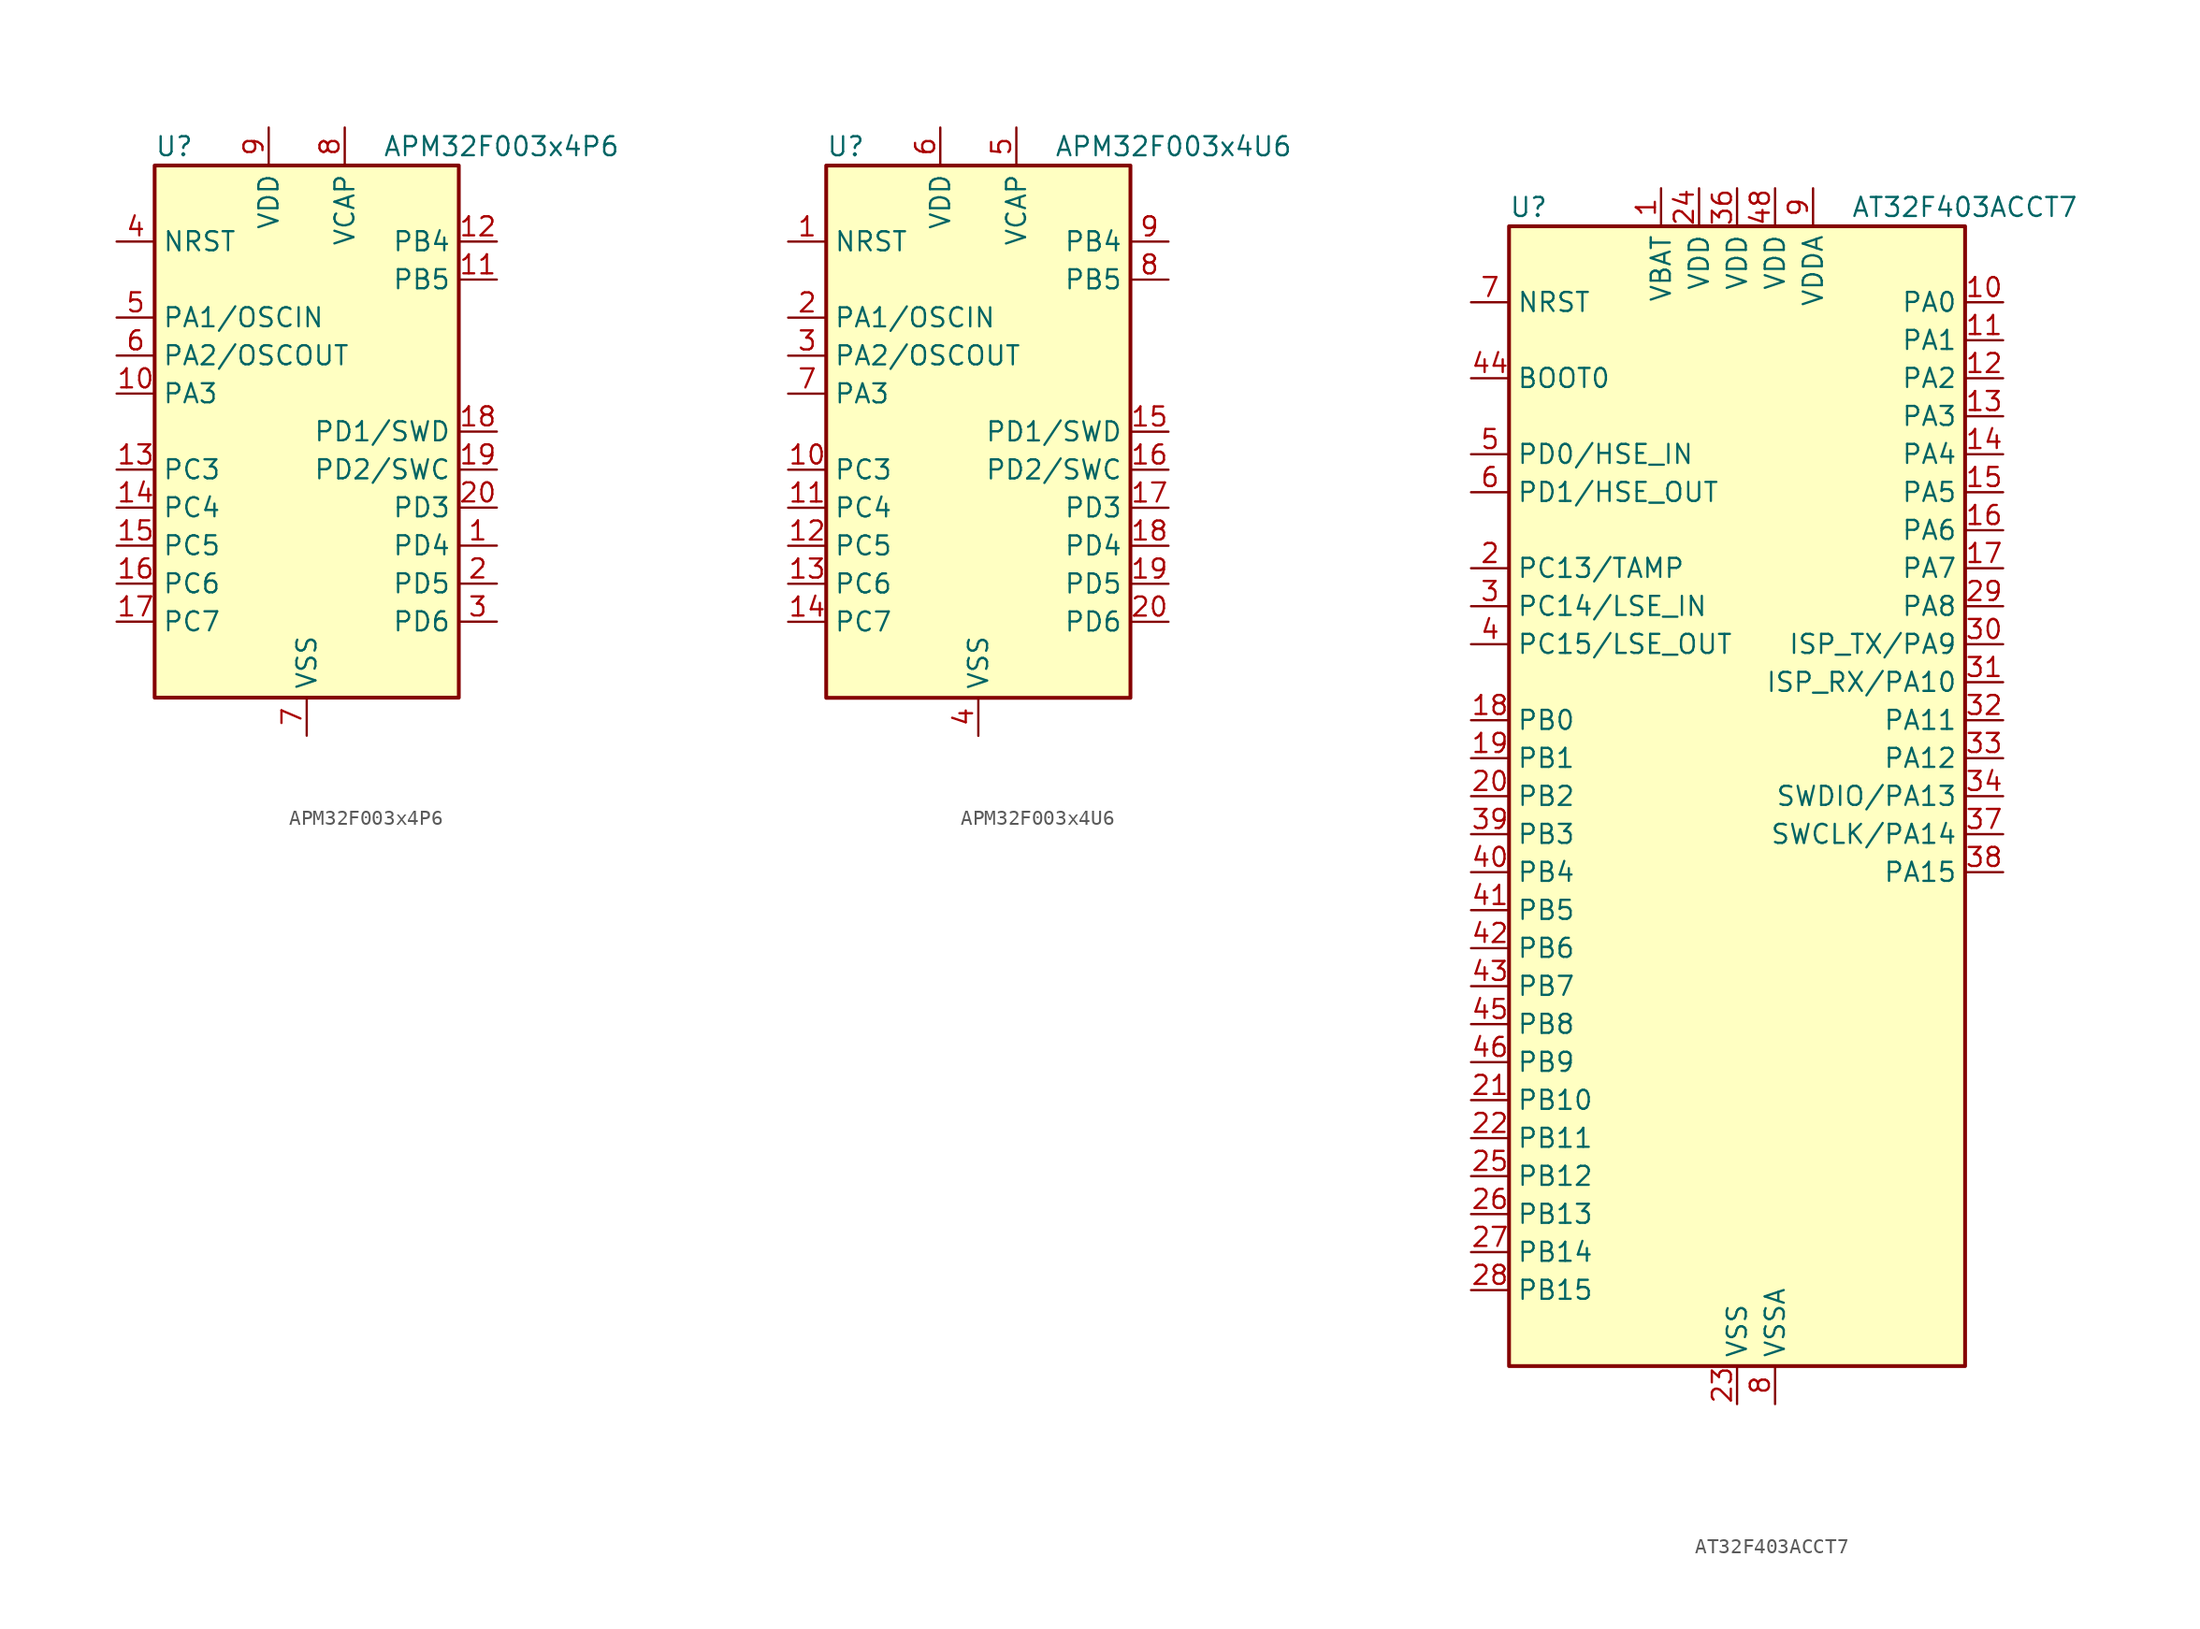
<source format=kicad_sym>
(kicad_symbol_lib
  (version 20241209)
  (generator "kicad_symbol_editor")
  (generator_version "9.0")
  (symbol "APM32F003x4P6"
    (property "Reference" "U"
      (at -10.16 19.05 0)
      (effects (font (size 1.27 1.27)) (justify left)))
    (property "Value" "APM32F003x4P6"
      (at 5.08 19.05 0)
      (effects (font (size 1.27 1.27)) (justify left)))
    (symbol "APM32F003x4P6_0_1"
      (rectangle (start -10.16 17.78) (end 10.16 -17.78) (stroke (width 0.254) (type default)) (fill (type background))))
    (symbol "APM32F003x4P6_1_1"
      (pin input line (at -12.7 12.7 0) (length 2.54) (name "NRST" (effects (font (size 1.27 1.27)))) (number "4" (effects (font (size 1.27 1.27)))))
      (pin bidirectional line (at -12.7 7.62 0) (length 2.54) (name "PA1/OSCIN" (effects (font (size 1.27 1.27)))) (number "5" (effects (font (size 1.27 1.27)))))
      (pin bidirectional line (at -12.7 5.08 0) (length 2.54) (name "PA2/OSCOUT" (effects (font (size 1.27 1.27)))) (number "6" (effects (font (size 1.27 1.27)))))
      (pin bidirectional line (at -12.7 2.54 0) (length 2.54) (name "PA3" (effects (font (size 1.27 1.27)))) (number "10" (effects (font (size 1.27 1.27)))))
      (pin bidirectional line (at -12.7 -2.54 0) (length 2.54) (name "PC3" (effects (font (size 1.27 1.27)))) (number "13" (effects (font (size 1.27 1.27)))))
      (pin bidirectional line (at -12.7 -5.08 0) (length 2.54) (name "PC4" (effects (font (size 1.27 1.27)))) (number "14" (effects (font (size 1.27 1.27)))))
      (pin bidirectional line (at -12.7 -7.62 0) (length 2.54) (name "PC5" (effects (font (size 1.27 1.27)))) (number "15" (effects (font (size 1.27 1.27)))))
      (pin bidirectional line (at -12.7 -10.16 0) (length 2.54) (name "PC6" (effects (font (size 1.27 1.27)))) (number "16" (effects (font (size 1.27 1.27)))))
      (pin bidirectional line (at -12.7 -12.7 0) (length 2.54) (name "PC7" (effects (font (size 1.27 1.27)))) (number "17" (effects (font (size 1.27 1.27)))))
      (pin power_in line (at -2.54 20.32 270) (length 2.54) (name "VDD" (effects (font (size 1.27 1.27)))) (number "9" (effects (font (size 1.27 1.27)))))
      (pin power_in line (at 0 -20.32 90) (length 2.54) (name "VSS" (effects (font (size 1.27 1.27)))) (number "7" (effects (font (size 1.27 1.27)))))
      (pin bidirectional line (at 2.54 20.32 270) (length 2.54) (name "VCAP" (effects (font (size 1.27 1.27)))) (number "8" (effects (font (size 1.27 1.27)))))
      (pin bidirectional line (at 12.7 12.7 180) (length 2.54) (name "PB4" (effects (font (size 1.27 1.27)))) (number "12" (effects (font (size 1.27 1.27)))))
      (pin bidirectional line (at 12.7 10.16 180) (length 2.54) (name "PB5" (effects (font (size 1.27 1.27)))) (number "11" (effects (font (size 1.27 1.27)))))
      (pin bidirectional line (at 12.7 0 180) (length 2.54) (name "PD1/SWD" (effects (font (size 1.27 1.27)))) (number "18" (effects (font (size 1.27 1.27)))))
      (pin bidirectional line (at 12.7 -2.54 180) (length 2.54) (name "PD2/SWC" (effects (font (size 1.27 1.27)))) (number "19" (effects (font (size 1.27 1.27)))))
      (pin bidirectional line (at 12.7 -5.08 180) (length 2.54) (name "PD3" (effects (font (size 1.27 1.27)))) (number "20" (effects (font (size 1.27 1.27)))))
      (pin bidirectional line (at 12.7 -7.62 180) (length 2.54) (name "PD4" (effects (font (size 1.27 1.27)))) (number "1" (effects (font (size 1.27 1.27)))))
      (pin bidirectional line (at 12.7 -10.16 180) (length 2.54) (name "PD5" (effects (font (size 1.27 1.27)))) (number "2" (effects (font (size 1.27 1.27)))))
      (pin bidirectional line (at 12.7 -12.7 180) (length 2.54) (name "PD6" (effects (font (size 1.27 1.27)))) (number "3" (effects (font (size 1.27 1.27)))))))
  (symbol "APM32F003x4U6"
    (property "Reference" "U"
      (at -10.16 19.05 0)
      (effects (font (size 1.27 1.27)) (justify left)))
    (property "Value" "APM32F003x4U6"
      (at 5.08 19.05 0)
      (effects (font (size 1.27 1.27)) (justify left)))
    (symbol "APM32F003x4U6_0_1"
      (rectangle (start -10.16 17.78) (end 10.16 -17.78) (stroke (width 0.254) (type default)) (fill (type background))))
    (symbol "APM32F003x4U6_1_1"
      (pin input line (at -12.7 12.7 0) (length 2.54) (name "NRST" (effects (font (size 1.27 1.27)))) (number "1" (effects (font (size 1.27 1.27)))))
      (pin bidirectional line (at -12.7 7.62 0) (length 2.54) (name "PA1/OSCIN" (effects (font (size 1.27 1.27)))) (number "2" (effects (font (size 1.27 1.27)))))
      (pin bidirectional line (at -12.7 5.08 0) (length 2.54) (name "PA2/OSCOUT" (effects (font (size 1.27 1.27)))) (number "3" (effects (font (size 1.27 1.27)))))
      (pin bidirectional line (at -12.7 2.54 0) (length 2.54) (name "PA3" (effects (font (size 1.27 1.27)))) (number "7" (effects (font (size 1.27 1.27)))))
      (pin bidirectional line (at -12.7 -2.54 0) (length 2.54) (name "PC3" (effects (font (size 1.27 1.27)))) (number "10" (effects (font (size 1.27 1.27)))))
      (pin bidirectional line (at -12.7 -5.08 0) (length 2.54) (name "PC4" (effects (font (size 1.27 1.27)))) (number "11" (effects (font (size 1.27 1.27)))))
      (pin bidirectional line (at -12.7 -7.62 0) (length 2.54) (name "PC5" (effects (font (size 1.27 1.27)))) (number "12" (effects (font (size 1.27 1.27)))))
      (pin bidirectional line (at -12.7 -10.16 0) (length 2.54) (name "PC6" (effects (font (size 1.27 1.27)))) (number "13" (effects (font (size 1.27 1.27)))))
      (pin bidirectional line (at -12.7 -12.7 0) (length 2.54) (name "PC7" (effects (font (size 1.27 1.27)))) (number "14" (effects (font (size 1.27 1.27)))))
      (pin power_in line (at -2.54 20.32 270) (length 2.54) (name "VDD" (effects (font (size 1.27 1.27)))) (number "6" (effects (font (size 1.27 1.27)))))
      (pin power_in line (at 0 -20.32 90) (length 2.54) (name "VSS" (effects (font (size 1.27 1.27)))) (number "4" (effects (font (size 1.27 1.27)))))
      (pin bidirectional line (at 2.54 20.32 270) (length 2.54) (name "VCAP" (effects (font (size 1.27 1.27)))) (number "5" (effects (font (size 1.27 1.27)))))
      (pin bidirectional line (at 12.7 12.7 180) (length 2.54) (name "PB4" (effects (font (size 1.27 1.27)))) (number "9" (effects (font (size 1.27 1.27)))))
      (pin bidirectional line (at 12.7 10.16 180) (length 2.54) (name "PB5" (effects (font (size 1.27 1.27)))) (number "8" (effects (font (size 1.27 1.27)))))
      (pin bidirectional line (at 12.7 0 180) (length 2.54) (name "PD1/SWD" (effects (font (size 1.27 1.27)))) (number "15" (effects (font (size 1.27 1.27)))))
      (pin bidirectional line (at 12.7 -2.54 180) (length 2.54) (name "PD2/SWC" (effects (font (size 1.27 1.27)))) (number "16" (effects (font (size 1.27 1.27)))))
      (pin bidirectional line (at 12.7 -5.08 180) (length 2.54) (name "PD3" (effects (font (size 1.27 1.27)))) (number "17" (effects (font (size 1.27 1.27)))))
      (pin bidirectional line (at 12.7 -7.62 180) (length 2.54) (name "PD4" (effects (font (size 1.27 1.27)))) (number "18" (effects (font (size 1.27 1.27)))))
      (pin bidirectional line (at 12.7 -10.16 180) (length 2.54) (name "PD5" (effects (font (size 1.27 1.27)))) (number "19" (effects (font (size 1.27 1.27)))))
      (pin bidirectional line (at 12.7 -12.7 180) (length 2.54) (name "PD6" (effects (font (size 1.27 1.27)))) (number "20" (effects (font (size 1.27 1.27)))))))
  (symbol "AT32F403ACCT7"
    (property "Reference" "U"
      (at -15.24 39.37 0)
      (effects (font (size 1.27 1.27)) (justify left)))
    (property "Value" "AT32F403ACCT7"
      (at 7.62 39.37 0)
      (effects (font (size 1.27 1.27)) (justify left)))
    (symbol "AT32F403ACCT7_0_1"
      (rectangle (start -15.24 -38.1) (end 15.24 38.1) (stroke (width 0.254) (type default)) (fill (type background))))
    (symbol "AT32F403ACCT7_1_1"
      (pin input line (at -17.78 33.02 0) (length 2.54) (name "NRST" (effects (font (size 1.27 1.27)))) (number "7" (effects (font (size 1.27 1.27)))))
      (pin input line (at -17.78 27.94 0) (length 2.54) (name "BOOT0" (effects (font (size 1.27 1.27)))) (number "44" (effects (font (size 1.27 1.27)))))
      (pin bidirectional line (at -17.78 22.86 0) (length 2.54) (name "PD0/HSE_IN" (effects (font (size 1.27 1.27)))) (number "5" (effects (font (size 1.27 1.27)))) (alternate "RCC_OSC_IN" bidirectional line))
      (pin bidirectional line (at -17.78 20.32 0) (length 2.54) (name "PD1/HSE_OUT" (effects (font (size 1.27 1.27)))) (number "6" (effects (font (size 1.27 1.27)))) (alternate "RCC_OSC_OUT" bidirectional line))
      (pin bidirectional line (at -17.78 15.24 0) (length 2.54) (name "PC13/TAMP" (effects (font (size 1.27 1.27)))) (number "2" (effects (font (size 1.27 1.27)))) (alternate "RTC_OUT" bidirectional line) (alternate "RTC_TAMPER" bidirectional line))
      (pin bidirectional line (at -17.78 12.7 0) (length 2.54) (name "PC14/LSE_IN" (effects (font (size 1.27 1.27)))) (number "3" (effects (font (size 1.27 1.27)))) (alternate "RCC_OSC32_IN" bidirectional line))
      (pin bidirectional line (at -17.78 10.16 0) (length 2.54) (name "PC15/LSE_OUT" (effects (font (size 1.27 1.27)))) (number "4" (effects (font (size 1.27 1.27)))) (alternate "ADC1_EXTI15" bidirectional line) (alternate "ADC2_EXTI15" bidirectional line) (alternate "RCC_OSC32_OUT" bidirectional line))
      (pin bidirectional line (at -17.78 5.08 0) (length 2.54) (name "PB0" (effects (font (size 1.27 1.27)))) (number "18" (effects (font (size 1.27 1.27)))) (alternate "ADC1_IN8" bidirectional line) (alternate "ADC2_IN8" bidirectional line) (alternate "TIM1_CH2N" bidirectional line) (alternate "TIM3_CH3" bidirectional line))
      (pin bidirectional line (at -17.78 2.54 0) (length 2.54) (name "PB1" (effects (font (size 1.27 1.27)))) (number "19" (effects (font (size 1.27 1.27)))) (alternate "ADC1_IN9" bidirectional line) (alternate "ADC2_IN9" bidirectional line) (alternate "TIM1_CH3N" bidirectional line) (alternate "TIM3_CH4" bidirectional line))
      (pin bidirectional line (at -17.78 0 0) (length 2.54) (name "PB2" (effects (font (size 1.27 1.27)))) (number "20" (effects (font (size 1.27 1.27)))))
      (pin bidirectional line (at -17.78 -2.54 0) (length 2.54) (name "PB3" (effects (font (size 1.27 1.27)))) (number "39" (effects (font (size 1.27 1.27)))) (alternate "SPI1_SCK" bidirectional line) (alternate "SYS_JTDO-TRACESWO" bidirectional line) (alternate "TIM2_CH2" bidirectional line))
      (pin bidirectional line (at -17.78 -5.08 0) (length 2.54) (name "PB4" (effects (font (size 1.27 1.27)))) (number "40" (effects (font (size 1.27 1.27)))) (alternate "SPI1_MISO" bidirectional line) (alternate "SYS_NJTRST" bidirectional line) (alternate "TIM3_CH1" bidirectional line))
      (pin bidirectional line (at -17.78 -7.62 0) (length 2.54) (name "PB5" (effects (font (size 1.27 1.27)))) (number "41" (effects (font (size 1.27 1.27)))) (alternate "I2C1_SMBA" bidirectional line) (alternate "SPI1_MOSI" bidirectional line) (alternate "TIM3_CH2" bidirectional line))
      (pin bidirectional line (at -17.78 -10.16 0) (length 2.54) (name "PB6" (effects (font (size 1.27 1.27)))) (number "42" (effects (font (size 1.27 1.27)))) (alternate "I2C1_SCL" bidirectional line) (alternate "TIM4_CH1" bidirectional line) (alternate "USART1_TX" bidirectional line))
      (pin bidirectional line (at -17.78 -12.7 0) (length 2.54) (name "PB7" (effects (font (size 1.27 1.27)))) (number "43" (effects (font (size 1.27 1.27)))) (alternate "I2C1_SDA" bidirectional line) (alternate "TIM4_CH2" bidirectional line) (alternate "USART1_RX" bidirectional line))
      (pin bidirectional line (at -17.78 -15.24 0) (length 2.54) (name "PB8" (effects (font (size 1.27 1.27)))) (number "45" (effects (font (size 1.27 1.27)))) (alternate "CAN_RX" bidirectional line) (alternate "I2C1_SCL" bidirectional line) (alternate "TIM4_CH3" bidirectional line))
      (pin bidirectional line (at -17.78 -17.78 0) (length 2.54) (name "PB9" (effects (font (size 1.27 1.27)))) (number "46" (effects (font (size 1.27 1.27)))) (alternate "CAN_TX" bidirectional line) (alternate "I2C1_SDA" bidirectional line) (alternate "TIM4_CH4" bidirectional line))
      (pin bidirectional line (at -17.78 -20.32 0) (length 2.54) (name "PB10" (effects (font (size 1.27 1.27)))) (number "21" (effects (font (size 1.27 1.27)))) (alternate "I2C2_SCL" bidirectional line) (alternate "TIM2_CH3" bidirectional line) (alternate "USART3_TX" bidirectional line))
      (pin bidirectional line (at -17.78 -22.86 0) (length 2.54) (name "PB11" (effects (font (size 1.27 1.27)))) (number "22" (effects (font (size 1.27 1.27)))) (alternate "ADC1_EXTI11" bidirectional line) (alternate "ADC2_EXTI11" bidirectional line) (alternate "I2C2_SDA" bidirectional line) (alternate "TIM2_CH4" bidirectional line) (alternate "USART3_RX" bidirectional line))
      (pin bidirectional line (at -17.78 -25.4 0) (length 2.54) (name "PB12" (effects (font (size 1.27 1.27)))) (number "25" (effects (font (size 1.27 1.27)))) (alternate "I2C2_SMBA" bidirectional line) (alternate "SPI2_NSS" bidirectional line) (alternate "TIM1_BKIN" bidirectional line) (alternate "USART3_CK" bidirectional line))
      (pin bidirectional line (at -17.78 -27.94 0) (length 2.54) (name "PB13" (effects (font (size 1.27 1.27)))) (number "26" (effects (font (size 1.27 1.27)))) (alternate "SPI2_SCK" bidirectional line) (alternate "TIM1_CH1N" bidirectional line) (alternate "USART3_CTS" bidirectional line))
      (pin bidirectional line (at -17.78 -30.48 0) (length 2.54) (name "PB14" (effects (font (size 1.27 1.27)))) (number "27" (effects (font (size 1.27 1.27)))) (alternate "SPI2_MISO" bidirectional line) (alternate "TIM1_CH2N" bidirectional line) (alternate "USART3_RTS" bidirectional line))
      (pin bidirectional line (at -17.78 -33.02 0) (length 2.54) (name "PB15" (effects (font (size 1.27 1.27)))) (number "28" (effects (font (size 1.27 1.27)))) (alternate "ADC1_EXTI15" bidirectional line) (alternate "ADC2_EXTI15" bidirectional line) (alternate "SPI2_MOSI" bidirectional line) (alternate "TIM1_CH3N" bidirectional line))
      (pin power_in line (at -5.08 40.64 270) (length 2.54) (name "VBAT" (effects (font (size 1.27 1.27)))) (number "1" (effects (font (size 1.27 1.27)))))
      (pin power_in line (at -2.54 40.64 270) (length 2.54) (name "VDD" (effects (font (size 1.27 1.27)))) (number "24" (effects (font (size 1.27 1.27)))))
      (pin power_in line (at 0 40.64 270) (length 2.54) (name "VDD" (effects (font (size 1.27 1.27)))) (number "36" (effects (font (size 1.27 1.27)))))
      (pin power_in line (at 0 -40.64 90) (length 2.54) (name "VSS" (effects (font (size 1.27 1.27)))) (number "23" (effects (font (size 1.27 1.27)))))
      (pin passive line (at 0 -40.64 90) (length 2.54) (hide yes) (name "VSS" (effects (font (size 1.27 1.27)))) (number "35" (effects (font (size 1.27 1.27)))))
      (pin passive line (at 0 -40.64 90) (length 2.54) (hide yes) (name "VSS" (effects (font (size 1.27 1.27)))) (number "47" (effects (font (size 1.27 1.27)))))
      (pin power_in line (at 2.54 40.64 270) (length 2.54) (name "VDD" (effects (font (size 1.27 1.27)))) (number "48" (effects (font (size 1.27 1.27)))))
      (pin power_in line (at 2.54 -40.64 90) (length 2.54) (name "VSSA" (effects (font (size 1.27 1.27)))) (number "8" (effects (font (size 1.27 1.27)))))
      (pin power_in line (at 5.08 40.64 270) (length 2.54) (name "VDDA" (effects (font (size 1.27 1.27)))) (number "9" (effects (font (size 1.27 1.27)))))
      (pin bidirectional line (at 17.78 33.02 180) (length 2.54) (name "PA0" (effects (font (size 1.27 1.27)))) (number "10" (effects (font (size 1.27 1.27)))) (alternate "ADC1_IN0" bidirectional line) (alternate "ADC2_IN0" bidirectional line) (alternate "SYS_WKUP" bidirectional line) (alternate "TIM2_CH1" bidirectional line) (alternate "TIM2_ETR" bidirectional line) (alternate "USART2_CTS" bidirectional line))
      (pin bidirectional line (at 17.78 30.48 180) (length 2.54) (name "PA1" (effects (font (size 1.27 1.27)))) (number "11" (effects (font (size 1.27 1.27)))) (alternate "ADC1_IN1" bidirectional line) (alternate "ADC2_IN1" bidirectional line) (alternate "TIM2_CH2" bidirectional line) (alternate "USART2_RTS" bidirectional line))
      (pin bidirectional line (at 17.78 27.94 180) (length 2.54) (name "PA2" (effects (font (size 1.27 1.27)))) (number "12" (effects (font (size 1.27 1.27)))) (alternate "ADC1_IN2" bidirectional line) (alternate "ADC2_IN2" bidirectional line) (alternate "TIM2_CH3" bidirectional line) (alternate "USART2_TX" bidirectional line))
      (pin bidirectional line (at 17.78 25.4 180) (length 2.54) (name "PA3" (effects (font (size 1.27 1.27)))) (number "13" (effects (font (size 1.27 1.27)))) (alternate "ADC1_IN3" bidirectional line) (alternate "ADC2_IN3" bidirectional line) (alternate "TIM2_CH4" bidirectional line) (alternate "USART2_RX" bidirectional line))
      (pin bidirectional line (at 17.78 22.86 180) (length 2.54) (name "PA4" (effects (font (size 1.27 1.27)))) (number "14" (effects (font (size 1.27 1.27)))) (alternate "ADC1_IN4" bidirectional line) (alternate "ADC2_IN4" bidirectional line) (alternate "SPI1_NSS" bidirectional line) (alternate "USART2_CK" bidirectional line))
      (pin bidirectional line (at 17.78 20.32 180) (length 2.54) (name "PA5" (effects (font (size 1.27 1.27)))) (number "15" (effects (font (size 1.27 1.27)))) (alternate "ADC1_IN5" bidirectional line) (alternate "ADC2_IN5" bidirectional line) (alternate "SPI1_SCK" bidirectional line))
      (pin bidirectional line (at 17.78 17.78 180) (length 2.54) (name "PA6" (effects (font (size 1.27 1.27)))) (number "16" (effects (font (size 1.27 1.27)))) (alternate "ADC1_IN6" bidirectional line) (alternate "ADC2_IN6" bidirectional line) (alternate "SPI1_MISO" bidirectional line) (alternate "TIM1_BKIN" bidirectional line) (alternate "TIM3_CH1" bidirectional line))
      (pin bidirectional line (at 17.78 15.24 180) (length 2.54) (name "PA7" (effects (font (size 1.27 1.27)))) (number "17" (effects (font (size 1.27 1.27)))) (alternate "ADC1_IN7" bidirectional line) (alternate "ADC2_IN7" bidirectional line) (alternate "SPI1_MOSI" bidirectional line) (alternate "TIM1_CH1N" bidirectional line) (alternate "TIM3_CH2" bidirectional line))
      (pin bidirectional line (at 17.78 12.7 180) (length 2.54) (name "PA8" (effects (font (size 1.27 1.27)))) (number "29" (effects (font (size 1.27 1.27)))) (alternate "RCC_MCO" bidirectional line) (alternate "TIM1_CH1" bidirectional line) (alternate "USART1_CK" bidirectional line))
      (pin bidirectional line (at 17.78 10.16 180) (length 2.54) (name "ISP_TX/PA9" (effects (font (size 1.27 1.27)))) (number "30" (effects (font (size 1.27 1.27)))) (alternate "TIM1_CH2" bidirectional line) (alternate "USART1_TX" bidirectional line))
      (pin bidirectional line (at 17.78 7.62 180) (length 2.54) (name "ISP_RX/PA10" (effects (font (size 1.27 1.27)))) (number "31" (effects (font (size 1.27 1.27)))) (alternate "TIM1_CH3" bidirectional line) (alternate "USART1_RX" bidirectional line))
      (pin bidirectional line (at 17.78 5.08 180) (length 2.54) (name "PA11" (effects (font (size 1.27 1.27)))) (number "32" (effects (font (size 1.27 1.27)))) (alternate "ADC1_EXTI11" bidirectional line) (alternate "ADC2_EXTI11" bidirectional line) (alternate "CAN_RX" bidirectional line) (alternate "TIM1_CH4" bidirectional line) (alternate "USART1_CTS" bidirectional line) (alternate "USB_DM" bidirectional line))
      (pin bidirectional line (at 17.78 2.54 180) (length 2.54) (name "PA12" (effects (font (size 1.27 1.27)))) (number "33" (effects (font (size 1.27 1.27)))) (alternate "CAN_TX" bidirectional line) (alternate "TIM1_ETR" bidirectional line) (alternate "USART1_RTS" bidirectional line) (alternate "USB_DP" bidirectional line))
      (pin bidirectional line (at 17.78 0 180) (length 2.54) (name "SWDIO/PA13" (effects (font (size 1.27 1.27)))) (number "34" (effects (font (size 1.27 1.27)))) (alternate "SYS_JTMS-SWDIO" bidirectional line))
      (pin bidirectional line (at 17.78 -2.54 180) (length 2.54) (name "SWCLK/PA14" (effects (font (size 1.27 1.27)))) (number "37" (effects (font (size 1.27 1.27)))) (alternate "SYS_JTCK-SWCLK" bidirectional line))
      (pin bidirectional line (at 17.78 -5.08 180) (length 2.54) (name "PA15" (effects (font (size 1.27 1.27)))) (number "38" (effects (font (size 1.27 1.27)))) (alternate "ADC1_EXTI15" bidirectional line) (alternate "ADC2_EXTI15" bidirectional line) (alternate "SPI1_NSS" bidirectional line) (alternate "SYS_JTDI" bidirectional line) (alternate "TIM2_CH1" bidirectional line) (alternate "TIM2_ETR" bidirectional line)))))
</source>
